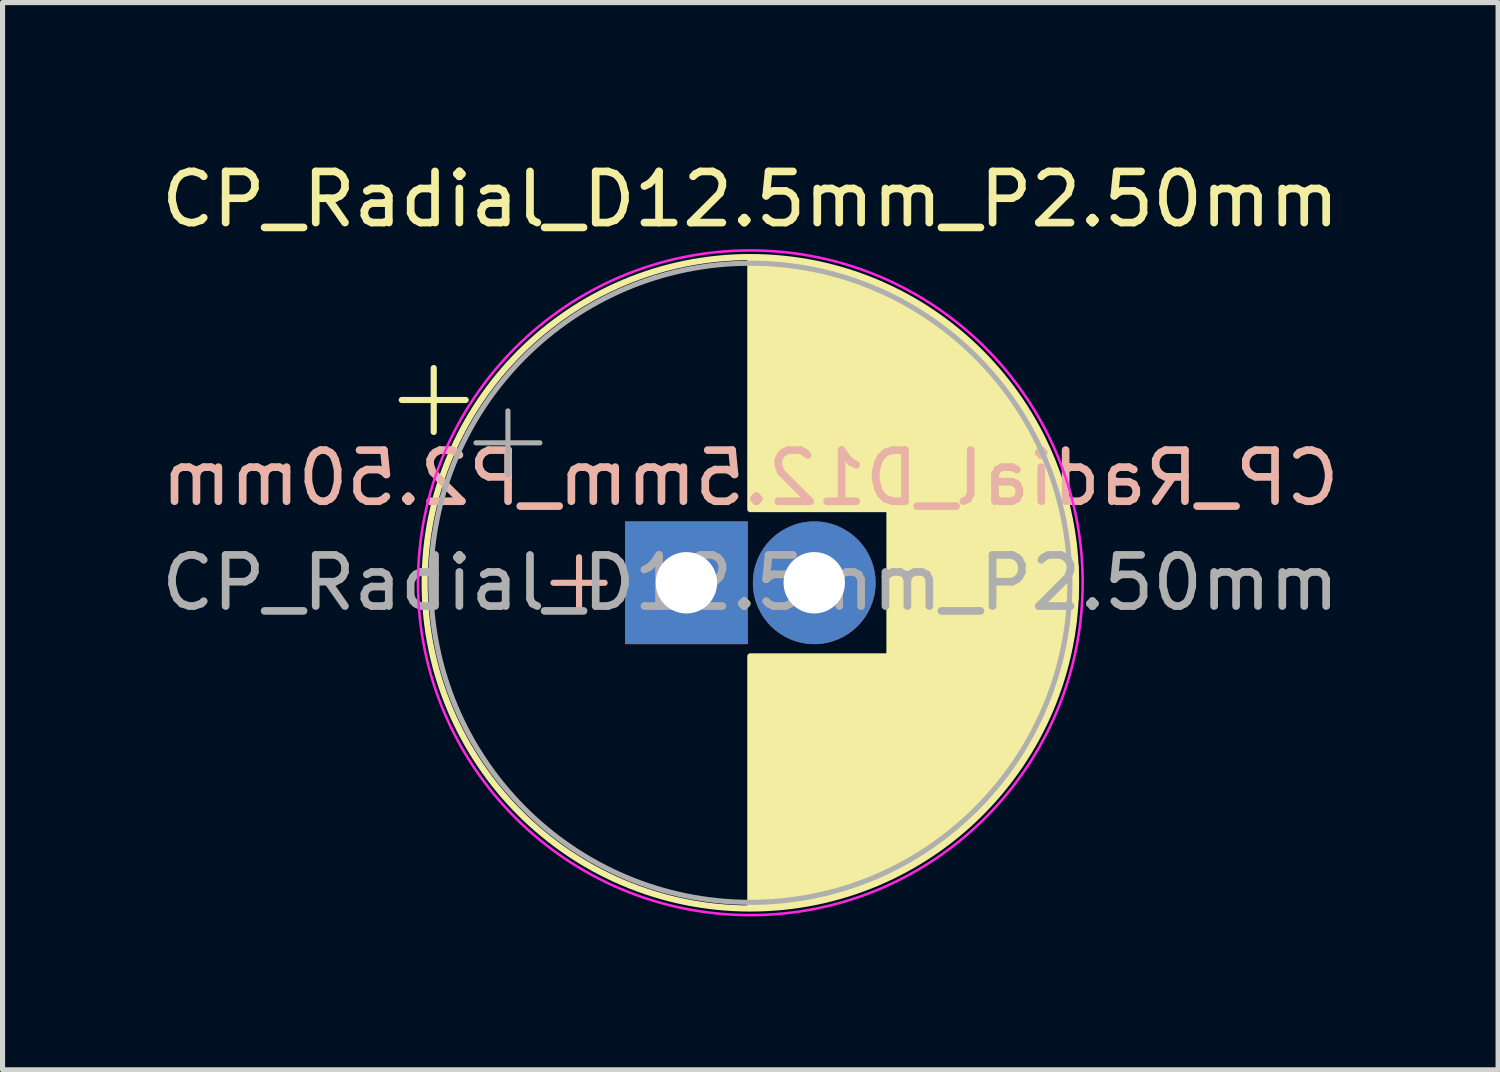
<source format=kicad_pcb>
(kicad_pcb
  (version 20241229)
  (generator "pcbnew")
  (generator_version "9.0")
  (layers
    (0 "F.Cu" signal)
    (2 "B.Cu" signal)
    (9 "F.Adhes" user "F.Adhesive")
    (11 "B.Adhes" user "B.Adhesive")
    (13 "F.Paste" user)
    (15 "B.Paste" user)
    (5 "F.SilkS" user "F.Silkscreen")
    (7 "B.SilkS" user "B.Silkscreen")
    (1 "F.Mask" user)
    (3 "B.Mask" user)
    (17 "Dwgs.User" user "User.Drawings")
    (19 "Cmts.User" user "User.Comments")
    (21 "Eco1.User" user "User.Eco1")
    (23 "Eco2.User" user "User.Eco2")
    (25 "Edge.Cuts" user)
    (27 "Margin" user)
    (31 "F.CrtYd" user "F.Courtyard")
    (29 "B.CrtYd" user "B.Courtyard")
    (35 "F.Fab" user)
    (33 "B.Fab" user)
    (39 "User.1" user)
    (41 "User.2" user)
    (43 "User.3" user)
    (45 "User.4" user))
  (footprint "CP_Radial_D12.5mm_P2.50mm"
    (layer "F.Cu")
    (at 10.375 8.348)
    (property "Reference" "CP_Radial_D12.5mm_P2.50mm" (at 1.25 -7.5 0) (layer "F.SilkS") (effects (font (size 1 1) (thickness 0.15))))
    (fp_line (start -5.567 -3.575) (end -4.317 -3.575) (stroke (width 0.12) (type solid)) (layer "F.SilkS"))
    (fp_line (start -4.942 -4.2) (end -4.942 -2.95) (stroke (width 0.12) (type solid)) (layer "F.SilkS"))
    (fp_line (start 1.25 -6.33) (end 1.25 -1.44) (stroke (width 0.12) (type solid)) (layer "F.SilkS"))
    (fp_line (start 1.25 1.44) (end 1.25 6.33) (stroke (width 0.12) (type solid)) (layer "F.SilkS"))
    (fp_line (start 1.29 -6.33) (end 1.29 -1.44) (stroke (width 0.12) (type solid)) (layer "F.SilkS"))
    (fp_line (start 1.29 1.44) (end 1.29 6.33) (stroke (width 0.12) (type solid)) (layer "F.SilkS"))
    (fp_line (start 1.33 -6.33) (end 1.33 -1.44) (stroke (width 0.12) (type solid)) (layer "F.SilkS"))
    (fp_line (start 1.33 1.44) (end 1.33 6.33) (stroke (width 0.12) (type solid)) (layer "F.SilkS"))
    (fp_line (start 1.37 -6.329) (end 1.37 -1.44) (stroke (width 0.12) (type solid)) (layer "F.SilkS"))
    (fp_line (start 1.37 1.44) (end 1.37 6.329) (stroke (width 0.12) (type solid)) (layer "F.SilkS"))
    (fp_line (start 1.41 -6.328) (end 1.41 -1.44) (stroke (width 0.12) (type solid)) (layer "F.SilkS"))
    (fp_line (start 1.41 1.44) (end 1.41 6.328) (stroke (width 0.12) (type solid)) (layer "F.SilkS"))
    (fp_line (start 1.45 -6.327) (end 1.45 -1.44) (stroke (width 0.12) (type solid)) (layer "F.SilkS"))
    (fp_line (start 1.45 1.44) (end 1.45 6.327) (stroke (width 0.12) (type solid)) (layer "F.SilkS"))
    (fp_line (start 1.49 -6.326) (end 1.49 -1.44) (stroke (width 0.12) (type solid)) (layer "F.SilkS"))
    (fp_line (start 1.49 1.44) (end 1.49 6.326) (stroke (width 0.12) (type solid)) (layer "F.SilkS"))
    (fp_line (start 1.53 -6.324) (end 1.53 -1.44) (stroke (width 0.12) (type solid)) (layer "F.SilkS"))
    (fp_line (start 1.53 1.44) (end 1.53 6.324) (stroke (width 0.12) (type solid)) (layer "F.SilkS"))
    (fp_line (start 1.57 -6.322) (end 1.57 -1.44) (stroke (width 0.12) (type solid)) (layer "F.SilkS"))
    (fp_line (start 1.57 1.44) (end 1.57 6.322) (stroke (width 0.12) (type solid)) (layer "F.SilkS"))
    (fp_line (start 1.61 -6.32) (end 1.61 -1.44) (stroke (width 0.12) (type solid)) (layer "F.SilkS"))
    (fp_line (start 1.61 1.44) (end 1.61 6.32) (stroke (width 0.12) (type solid)) (layer "F.SilkS"))
    (fp_line (start 1.65 -6.318) (end 1.65 -1.44) (stroke (width 0.12) (type solid)) (layer "F.SilkS"))
    (fp_line (start 1.65 1.44) (end 1.65 6.318) (stroke (width 0.12) (type solid)) (layer "F.SilkS"))
    (fp_line (start 1.69 -6.315) (end 1.69 -1.44) (stroke (width 0.12) (type solid)) (layer "F.SilkS"))
    (fp_line (start 1.69 1.44) (end 1.69 6.315) (stroke (width 0.12) (type solid)) (layer "F.SilkS"))
    (fp_line (start 1.73 -6.312) (end 1.73 -1.44) (stroke (width 0.12) (type solid)) (layer "F.SilkS"))
    (fp_line (start 1.73 1.44) (end 1.73 6.312) (stroke (width 0.12) (type solid)) (layer "F.SilkS"))
    (fp_line (start 1.77 -6.309) (end 1.77 -1.44) (stroke (width 0.12) (type solid)) (layer "F.SilkS"))
    (fp_line (start 1.77 1.44) (end 1.77 6.309) (stroke (width 0.12) (type solid)) (layer "F.SilkS"))
    (fp_line (start 1.81 -6.306) (end 1.81 -1.44) (stroke (width 0.12) (type solid)) (layer "F.SilkS"))
    (fp_line (start 1.81 1.44) (end 1.81 6.306) (stroke (width 0.12) (type solid)) (layer "F.SilkS"))
    (fp_line (start 1.85 -6.302) (end 1.85 -1.44) (stroke (width 0.12) (type solid)) (layer "F.SilkS"))
    (fp_line (start 1.85 1.44) (end 1.85 6.302) (stroke (width 0.12) (type solid)) (layer "F.SilkS"))
    (fp_line (start 1.89 -6.298) (end 1.89 -1.44) (stroke (width 0.12) (type solid)) (layer "F.SilkS"))
    (fp_line (start 1.89 1.44) (end 1.89 6.298) (stroke (width 0.12) (type solid)) (layer "F.SilkS"))
    (fp_line (start 1.93 -6.294) (end 1.93 -1.44) (stroke (width 0.12) (type solid)) (layer "F.SilkS"))
    (fp_line (start 1.93 1.44) (end 1.93 6.294) (stroke (width 0.12) (type solid)) (layer "F.SilkS"))
    (fp_line (start 1.971 -6.29) (end 1.971 -1.44) (stroke (width 0.12) (type solid)) (layer "F.SilkS"))
    (fp_line (start 1.971 1.44) (end 1.971 6.29) (stroke (width 0.12) (type solid)) (layer "F.SilkS"))
    (fp_line (start 2.011 -6.285) (end 2.011 -1.44) (stroke (width 0.12) (type solid)) (layer "F.SilkS"))
    (fp_line (start 2.011 1.44) (end 2.011 6.285) (stroke (width 0.12) (type solid)) (layer "F.SilkS"))
    (fp_line (start 2.051 -6.28) (end 2.051 -1.44) (stroke (width 0.12) (type solid)) (layer "F.SilkS"))
    (fp_line (start 2.051 1.44) (end 2.051 6.28) (stroke (width 0.12) (type solid)) (layer "F.SilkS"))
    (fp_line (start 2.091 -6.275) (end 2.091 -1.44) (stroke (width 0.12) (type solid)) (layer "F.SilkS"))
    (fp_line (start 2.091 1.44) (end 2.091 6.275) (stroke (width 0.12) (type solid)) (layer "F.SilkS"))
    (fp_line (start 2.131 -6.269) (end 2.131 -1.44) (stroke (width 0.12) (type solid)) (layer "F.SilkS"))
    (fp_line (start 2.131 1.44) (end 2.131 6.269) (stroke (width 0.12) (type solid)) (layer "F.SilkS"))
    (fp_line (start 2.171 -6.264) (end 2.171 -1.44) (stroke (width 0.12) (type solid)) (layer "F.SilkS"))
    (fp_line (start 2.171 1.44) (end 2.171 6.264) (stroke (width 0.12) (type solid)) (layer "F.SilkS"))
    (fp_line (start 2.211 -6.258) (end 2.211 -1.44) (stroke (width 0.12) (type solid)) (layer "F.SilkS"))
    (fp_line (start 2.211 1.44) (end 2.211 6.258) (stroke (width 0.12) (type solid)) (layer "F.SilkS"))
    (fp_line (start 2.251 -6.252) (end 2.251 -1.44) (stroke (width 0.12) (type solid)) (layer "F.SilkS"))
    (fp_line (start 2.251 1.44) (end 2.251 6.252) (stroke (width 0.12) (type solid)) (layer "F.SilkS"))
    (fp_line (start 2.291 -6.245) (end 2.291 -1.44) (stroke (width 0.12) (type solid)) (layer "F.SilkS"))
    (fp_line (start 2.291 1.44) (end 2.291 6.245) (stroke (width 0.12) (type solid)) (layer "F.SilkS"))
    (fp_line (start 2.331 -6.238) (end 2.331 -1.44) (stroke (width 0.12) (type solid)) (layer "F.SilkS"))
    (fp_line (start 2.331 1.44) (end 2.331 6.238) (stroke (width 0.12) (type solid)) (layer "F.SilkS"))
    (fp_line (start 2.371 -6.231) (end 2.371 -1.44) (stroke (width 0.12) (type solid)) (layer "F.SilkS"))
    (fp_line (start 2.371 1.44) (end 2.371 6.231) (stroke (width 0.12) (type solid)) (layer "F.SilkS"))
    (fp_line (start 2.411 -6.224) (end 2.411 -1.44) (stroke (width 0.12) (type solid)) (layer "F.SilkS"))
    (fp_line (start 2.411 1.44) (end 2.411 6.224) (stroke (width 0.12) (type solid)) (layer "F.SilkS"))
    (fp_line (start 2.451 -6.216) (end 2.451 -1.44) (stroke (width 0.12) (type solid)) (layer "F.SilkS"))
    (fp_line (start 2.451 1.44) (end 2.451 6.216) (stroke (width 0.12) (type solid)) (layer "F.SilkS"))
    (fp_line (start 2.491 -6.209) (end 2.491 -1.44) (stroke (width 0.12) (type solid)) (layer "F.SilkS"))
    (fp_line (start 2.491 1.44) (end 2.491 6.209) (stroke (width 0.12) (type solid)) (layer "F.SilkS"))
    (fp_line (start 2.531 -6.201) (end 2.531 -1.44) (stroke (width 0.12) (type solid)) (layer "F.SilkS"))
    (fp_line (start 2.531 1.44) (end 2.531 6.201) (stroke (width 0.12) (type solid)) (layer "F.SilkS"))
    (fp_line (start 2.571 -6.192) (end 2.571 -1.44) (stroke (width 0.12) (type solid)) (layer "F.SilkS"))
    (fp_line (start 2.571 1.44) (end 2.571 6.192) (stroke (width 0.12) (type solid)) (layer "F.SilkS"))
    (fp_line (start 2.611 -6.184) (end 2.611 -1.44) (stroke (width 0.12) (type solid)) (layer "F.SilkS"))
    (fp_line (start 2.611 1.44) (end 2.611 6.184) (stroke (width 0.12) (type solid)) (layer "F.SilkS"))
    (fp_line (start 2.651 -6.175) (end 2.651 -1.44) (stroke (width 0.12) (type solid)) (layer "F.SilkS"))
    (fp_line (start 2.651 1.44) (end 2.651 6.175) (stroke (width 0.12) (type solid)) (layer "F.SilkS"))
    (fp_line (start 2.691 -6.166) (end 2.691 -1.44) (stroke (width 0.12) (type solid)) (layer "F.SilkS"))
    (fp_line (start 2.691 1.44) (end 2.691 6.166) (stroke (width 0.12) (type solid)) (layer "F.SilkS"))
    (fp_line (start 2.731 -6.156) (end 2.731 -1.44) (stroke (width 0.12) (type solid)) (layer "F.SilkS"))
    (fp_line (start 2.731 1.44) (end 2.731 6.156) (stroke (width 0.12) (type solid)) (layer "F.SilkS"))
    (fp_line (start 2.771 -6.146) (end 2.771 -1.44) (stroke (width 0.12) (type solid)) (layer "F.SilkS"))
    (fp_line (start 2.771 1.44) (end 2.771 6.146) (stroke (width 0.12) (type solid)) (layer "F.SilkS"))
    (fp_line (start 2.811 -6.137) (end 2.811 -1.44) (stroke (width 0.12) (type solid)) (layer "F.SilkS"))
    (fp_line (start 2.811 1.44) (end 2.811 6.137) (stroke (width 0.12) (type solid)) (layer "F.SilkS"))
    (fp_line (start 2.851 -6.126) (end 2.851 -1.44) (stroke (width 0.12) (type solid)) (layer "F.SilkS"))
    (fp_line (start 2.851 1.44) (end 2.851 6.126) (stroke (width 0.12) (type solid)) (layer "F.SilkS"))
    (fp_line (start 2.891 -6.116) (end 2.891 -1.44) (stroke (width 0.12) (type solid)) (layer "F.SilkS"))
    (fp_line (start 2.891 1.44) (end 2.891 6.116) (stroke (width 0.12) (type solid)) (layer "F.SilkS"))
    (fp_line (start 2.931 -6.105) (end 2.931 -1.44) (stroke (width 0.12) (type solid)) (layer "F.SilkS"))
    (fp_line (start 2.931 1.44) (end 2.931 6.105) (stroke (width 0.12) (type solid)) (layer "F.SilkS"))
    (fp_line (start 2.971 -6.094) (end 2.971 -1.44) (stroke (width 0.12) (type solid)) (layer "F.SilkS"))
    (fp_line (start 2.971 1.44) (end 2.971 6.094) (stroke (width 0.12) (type solid)) (layer "F.SilkS"))
    (fp_line (start 3.011 -6.083) (end 3.011 -1.44) (stroke (width 0.12) (type solid)) (layer "F.SilkS"))
    (fp_line (start 3.011 1.44) (end 3.011 6.083) (stroke (width 0.12) (type solid)) (layer "F.SilkS"))
    (fp_line (start 3.051 -6.071) (end 3.051 -1.44) (stroke (width 0.12) (type solid)) (layer "F.SilkS"))
    (fp_line (start 3.051 1.44) (end 3.051 6.071) (stroke (width 0.12) (type solid)) (layer "F.SilkS"))
    (fp_line (start 3.091 -6.059) (end 3.091 -1.44) (stroke (width 0.12) (type solid)) (layer "F.SilkS"))
    (fp_line (start 3.091 1.44) (end 3.091 6.059) (stroke (width 0.12) (type solid)) (layer "F.SilkS"))
    (fp_line (start 3.131 -6.047) (end 3.131 -1.44) (stroke (width 0.12) (type solid)) (layer "F.SilkS"))
    (fp_line (start 3.131 1.44) (end 3.131 6.047) (stroke (width 0.12) (type solid)) (layer "F.SilkS"))
    (fp_line (start 3.171 -6.034) (end 3.171 -1.44) (stroke (width 0.12) (type solid)) (layer "F.SilkS"))
    (fp_line (start 3.171 1.44) (end 3.171 6.034) (stroke (width 0.12) (type solid)) (layer "F.SilkS"))
    (fp_line (start 3.211 -6.021) (end 3.211 -1.44) (stroke (width 0.12) (type solid)) (layer "F.SilkS"))
    (fp_line (start 3.211 1.44) (end 3.211 6.021) (stroke (width 0.12) (type solid)) (layer "F.SilkS"))
    (fp_line (start 3.251 -6.008) (end 3.251 -1.44) (stroke (width 0.12) (type solid)) (layer "F.SilkS"))
    (fp_line (start 3.251 1.44) (end 3.251 6.008) (stroke (width 0.12) (type solid)) (layer "F.SilkS"))
    (fp_line (start 3.291 -5.995) (end 3.291 -1.44) (stroke (width 0.12) (type solid)) (layer "F.SilkS"))
    (fp_line (start 3.291 1.44) (end 3.291 5.995) (stroke (width 0.12) (type solid)) (layer "F.SilkS"))
    (fp_line (start 3.331 -5.981) (end 3.331 -1.44) (stroke (width 0.12) (type solid)) (layer "F.SilkS"))
    (fp_line (start 3.331 1.44) (end 3.331 5.981) (stroke (width 0.12) (type solid)) (layer "F.SilkS"))
    (fp_line (start 3.371 -5.967) (end 3.371 -1.44) (stroke (width 0.12) (type solid)) (layer "F.SilkS"))
    (fp_line (start 3.371 1.44) (end 3.371 5.967) (stroke (width 0.12) (type solid)) (layer "F.SilkS"))
    (fp_line (start 3.411 -5.953) (end 3.411 -1.44) (stroke (width 0.12) (type solid)) (layer "F.SilkS"))
    (fp_line (start 3.411 1.44) (end 3.411 5.953) (stroke (width 0.12) (type solid)) (layer "F.SilkS"))
    (fp_line (start 3.451 -5.939) (end 3.451 -1.44) (stroke (width 0.12) (type solid)) (layer "F.SilkS"))
    (fp_line (start 3.451 1.44) (end 3.451 5.939) (stroke (width 0.12) (type solid)) (layer "F.SilkS"))
    (fp_line (start 3.491 -5.924) (end 3.491 -1.44) (stroke (width 0.12) (type solid)) (layer "F.SilkS"))
    (fp_line (start 3.491 1.44) (end 3.491 5.924) (stroke (width 0.12) (type solid)) (layer "F.SilkS"))
    (fp_line (start 3.531 -5.908) (end 3.531 -1.44) (stroke (width 0.12) (type solid)) (layer "F.SilkS"))
    (fp_line (start 3.531 1.44) (end 3.531 5.908) (stroke (width 0.12) (type solid)) (layer "F.SilkS"))
    (fp_line (start 3.571 -5.893) (end 3.571 -1.44) (stroke (width 0.12) (type solid)) (layer "F.SilkS"))
    (fp_line (start 3.571 1.44) (end 3.571 5.893) (stroke (width 0.12) (type solid)) (layer "F.SilkS"))
    (fp_line (start 3.611 -5.877) (end 3.611 -1.44) (stroke (width 0.12) (type solid)) (layer "F.SilkS"))
    (fp_line (start 3.611 1.44) (end 3.611 5.877) (stroke (width 0.12) (type solid)) (layer "F.SilkS"))
    (fp_line (start 3.651 -5.861) (end 3.651 -1.44) (stroke (width 0.12) (type solid)) (layer "F.SilkS"))
    (fp_line (start 3.651 1.44) (end 3.651 5.861) (stroke (width 0.12) (type solid)) (layer "F.SilkS"))
    (fp_line (start 3.691 -5.845) (end 3.691 -1.44) (stroke (width 0.12) (type solid)) (layer "F.SilkS"))
    (fp_line (start 3.691 1.44) (end 3.691 5.845) (stroke (width 0.12) (type solid)) (layer "F.SilkS"))
    (fp_line (start 3.731 -5.828) (end 3.731 -1.44) (stroke (width 0.12) (type solid)) (layer "F.SilkS"))
    (fp_line (start 3.731 1.44) (end 3.731 5.828) (stroke (width 0.12) (type solid)) (layer "F.SilkS"))
    (fp_line (start 3.771 -5.811) (end 3.771 -1.44) (stroke (width 0.12) (type solid)) (layer "F.SilkS"))
    (fp_line (start 3.771 1.44) (end 3.771 5.811) (stroke (width 0.12) (type solid)) (layer "F.SilkS"))
    (fp_line (start 3.811 -5.793) (end 3.811 -1.44) (stroke (width 0.12) (type solid)) (layer "F.SilkS"))
    (fp_line (start 3.811 1.44) (end 3.811 5.793) (stroke (width 0.12) (type solid)) (layer "F.SilkS"))
    (fp_line (start 3.851 -5.776) (end 3.851 -1.44) (stroke (width 0.12) (type solid)) (layer "F.SilkS"))
    (fp_line (start 3.851 1.44) (end 3.851 5.776) (stroke (width 0.12) (type solid)) (layer "F.SilkS"))
    (fp_line (start 3.891 -5.758) (end 3.891 -1.44) (stroke (width 0.12) (type solid)) (layer "F.SilkS"))
    (fp_line (start 3.891 1.44) (end 3.891 5.758) (stroke (width 0.12) (type solid)) (layer "F.SilkS"))
    (fp_line (start 3.931 -5.739) (end 3.931 -1.44) (stroke (width 0.12) (type solid)) (layer "F.SilkS"))
    (fp_line (start 3.931 1.44) (end 3.931 5.739) (stroke (width 0.12) (type solid)) (layer "F.SilkS"))
    (fp_line (start 3.971 -5.721) (end 3.971 5.721) (stroke (width 0.12) (type solid)) (layer "F.SilkS"))
    (fp_line (start 4.011 -5.702) (end 4.011 5.702) (stroke (width 0.12) (type solid)) (layer "F.SilkS"))
    (fp_line (start 4.051 -5.682) (end 4.051 5.682) (stroke (width 0.12) (type solid)) (layer "F.SilkS"))
    (fp_line (start 4.091 -5.662) (end 4.091 5.662) (stroke (width 0.12) (type solid)) (layer "F.SilkS"))
    (fp_line (start 4.131 -5.642) (end 4.131 5.642) (stroke (width 0.12) (type solid)) (layer "F.SilkS"))
    (fp_line (start 4.171 -5.622) (end 4.171 5.622) (stroke (width 0.12) (type solid)) (layer "F.SilkS"))
    (fp_line (start 4.211 -5.601) (end 4.211 5.601) (stroke (width 0.12) (type solid)) (layer "F.SilkS"))
    (fp_line (start 4.251 -5.58) (end 4.251 5.58) (stroke (width 0.12) (type solid)) (layer "F.SilkS"))
    (fp_line (start 4.291 -5.558) (end 4.291 5.558) (stroke (width 0.12) (type solid)) (layer "F.SilkS"))
    (fp_line (start 4.331 -5.536) (end 4.331 5.536) (stroke (width 0.12) (type solid)) (layer "F.SilkS"))
    (fp_line (start 4.371 -5.514) (end 4.371 5.514) (stroke (width 0.12) (type solid)) (layer "F.SilkS"))
    (fp_line (start 4.411 -5.491) (end 4.411 5.491) (stroke (width 0.12) (type solid)) (layer "F.SilkS"))
    (fp_line (start 4.451 -5.468) (end 4.451 5.468) (stroke (width 0.12) (type solid)) (layer "F.SilkS"))
    (fp_line (start 4.491 -5.445) (end 4.491 5.445) (stroke (width 0.12) (type solid)) (layer "F.SilkS"))
    (fp_line (start 4.531 -5.421) (end 4.531 5.421) (stroke (width 0.12) (type solid)) (layer "F.SilkS"))
    (fp_line (start 4.571 -5.397) (end 4.571 5.397) (stroke (width 0.12) (type solid)) (layer "F.SilkS"))
    (fp_line (start 4.611 -5.372) (end 4.611 5.372) (stroke (width 0.12) (type solid)) (layer "F.SilkS"))
    (fp_line (start 4.651 -5.347) (end 4.651 5.347) (stroke (width 0.12) (type solid)) (layer "F.SilkS"))
    (fp_line (start 4.691 -5.322) (end 4.691 5.322) (stroke (width 0.12) (type solid)) (layer "F.SilkS"))
    (fp_line (start 4.731 -5.296) (end 4.731 5.296) (stroke (width 0.12) (type solid)) (layer "F.SilkS"))
    (fp_line (start 4.771 -5.27) (end 4.771 5.27) (stroke (width 0.12) (type solid)) (layer "F.SilkS"))
    (fp_line (start 4.811 -5.243) (end 4.811 5.243) (stroke (width 0.12) (type solid)) (layer "F.SilkS"))
    (fp_line (start 4.851 -5.216) (end 4.851 5.216) (stroke (width 0.12) (type solid)) (layer "F.SilkS"))
    (fp_line (start 4.891 -5.188) (end 4.891 5.188) (stroke (width 0.12) (type solid)) (layer "F.SilkS"))
    (fp_line (start 4.931 -5.16) (end 4.931 5.16) (stroke (width 0.12) (type solid)) (layer "F.SilkS"))
    (fp_line (start 4.971 -5.131) (end 4.971 5.131) (stroke (width 0.12) (type solid)) (layer "F.SilkS"))
    (fp_line (start 5.011 -5.102) (end 5.011 5.102) (stroke (width 0.12) (type solid)) (layer "F.SilkS"))
    (fp_line (start 5.051 -5.073) (end 5.051 5.073) (stroke (width 0.12) (type solid)) (layer "F.SilkS"))
    (fp_line (start 5.091 -5.043) (end 5.091 5.043) (stroke (width 0.12) (type solid)) (layer "F.SilkS"))
    (fp_line (start 5.131 -5.012) (end 5.131 5.012) (stroke (width 0.12) (type solid)) (layer "F.SilkS"))
    (fp_line (start 5.171 -4.982) (end 5.171 4.982) (stroke (width 0.12) (type solid)) (layer "F.SilkS"))
    (fp_line (start 5.211 -4.95) (end 5.211 4.95) (stroke (width 0.12) (type solid)) (layer "F.SilkS"))
    (fp_line (start 5.251 -4.918) (end 5.251 4.918) (stroke (width 0.12) (type solid)) (layer "F.SilkS"))
    (fp_line (start 5.291 -4.885) (end 5.291 4.885) (stroke (width 0.12) (type solid)) (layer "F.SilkS"))
    (fp_line (start 5.331 -4.852) (end 5.331 4.852) (stroke (width 0.12) (type solid)) (layer "F.SilkS"))
    (fp_line (start 5.371 -4.819) (end 5.371 4.819) (stroke (width 0.12) (type solid)) (layer "F.SilkS"))
    (fp_line (start 5.411 -4.785) (end 5.411 4.785) (stroke (width 0.12) (type solid)) (layer "F.SilkS"))
    (fp_line (start 5.451 -4.75) (end 5.451 4.75) (stroke (width 0.12) (type solid)) (layer "F.SilkS"))
    (fp_line (start 5.491 -4.714) (end 5.491 4.714) (stroke (width 0.12) (type solid)) (layer "F.SilkS"))
    (fp_line (start 5.531 -4.678) (end 5.531 4.678) (stroke (width 0.12) (type solid)) (layer "F.SilkS"))
    (fp_line (start 5.571 -4.642) (end 5.571 4.642) (stroke (width 0.12) (type solid)) (layer "F.SilkS"))
    (fp_line (start 5.611 -4.605) (end 5.611 4.605) (stroke (width 0.12) (type solid)) (layer "F.SilkS"))
    (fp_line (start 5.651 -4.567) (end 5.651 4.567) (stroke (width 0.12) (type solid)) (layer "F.SilkS"))
    (fp_line (start 5.691 -4.528) (end 5.691 4.528) (stroke (width 0.12) (type solid)) (layer "F.SilkS"))
    (fp_line (start 5.731 -4.489) (end 5.731 4.489) (stroke (width 0.12) (type solid)) (layer "F.SilkS"))
    (fp_line (start 5.771 -4.449) (end 5.771 4.449) (stroke (width 0.12) (type solid)) (layer "F.SilkS"))
    (fp_line (start 5.811 -4.408) (end 5.811 4.408) (stroke (width 0.12) (type solid)) (layer "F.SilkS"))
    (fp_line (start 5.851 -4.367) (end 5.851 4.367) (stroke (width 0.12) (type solid)) (layer "F.SilkS"))
    (fp_line (start 5.891 -4.325) (end 5.891 4.325) (stroke (width 0.12) (type solid)) (layer "F.SilkS"))
    (fp_line (start 5.931 -4.282) (end 5.931 4.282) (stroke (width 0.12) (type solid)) (layer "F.SilkS"))
    (fp_line (start 5.971 -4.238) (end 5.971 4.238) (stroke (width 0.12) (type solid)) (layer "F.SilkS"))
    (fp_line (start 6.011 -4.194) (end 6.011 4.194) (stroke (width 0.12) (type solid)) (layer "F.SilkS"))
    (fp_line (start 6.051 -4.148) (end 6.051 4.148) (stroke (width 0.12) (type solid)) (layer "F.SilkS"))
    (fp_line (start 6.091 -4.102) (end 6.091 4.102) (stroke (width 0.12) (type solid)) (layer "F.SilkS"))
    (fp_line (start 6.131 -4.055) (end 6.131 4.055) (stroke (width 0.12) (type solid)) (layer "F.SilkS"))
    (fp_line (start 6.171 -4.007) (end 6.171 4.007) (stroke (width 0.12) (type solid)) (layer "F.SilkS"))
    (fp_line (start 6.211 -3.957) (end 6.211 3.957) (stroke (width 0.12) (type solid)) (layer "F.SilkS"))
    (fp_line (start 6.251 -3.907) (end 6.251 3.907) (stroke (width 0.12) (type solid)) (layer "F.SilkS"))
    (fp_line (start 6.291 -3.856) (end 6.291 3.856) (stroke (width 0.12) (type solid)) (layer "F.SilkS"))
    (fp_line (start 6.331 -3.804) (end 6.331 3.804) (stroke (width 0.12) (type solid)) (layer "F.SilkS"))
    (fp_line (start 6.371 -3.75) (end 6.371 3.75) (stroke (width 0.12) (type solid)) (layer "F.SilkS"))
    (fp_line (start 6.411 -3.696) (end 6.411 3.696) (stroke (width 0.12) (type solid)) (layer "F.SilkS"))
    (fp_line (start 6.451 -3.64) (end 6.451 3.64) (stroke (width 0.12) (type solid)) (layer "F.SilkS"))
    (fp_line (start 6.491 -3.583) (end 6.491 3.583) (stroke (width 0.12) (type solid)) (layer "F.SilkS"))
    (fp_line (start 6.531 -3.524) (end 6.531 3.524) (stroke (width 0.12) (type solid)) (layer "F.SilkS"))
    (fp_line (start 6.571 -3.464) (end 6.571 3.464) (stroke (width 0.12) (type solid)) (layer "F.SilkS"))
    (fp_line (start 6.611 -3.402) (end 6.611 3.402) (stroke (width 0.12) (type solid)) (layer "F.SilkS"))
    (fp_line (start 6.651 -3.339) (end 6.651 3.339) (stroke (width 0.12) (type solid)) (layer "F.SilkS"))
    (fp_line (start 6.691 -3.275) (end 6.691 3.275) (stroke (width 0.12) (type solid)) (layer "F.SilkS"))
    (fp_line (start 6.731 -3.208) (end 6.731 3.208) (stroke (width 0.12) (type solid)) (layer "F.SilkS"))
    (fp_line (start 6.771 -3.14) (end 6.771 3.14) (stroke (width 0.12) (type solid)) (layer "F.SilkS"))
    (fp_line (start 6.811 -3.069) (end 6.811 3.069) (stroke (width 0.12) (type solid)) (layer "F.SilkS"))
    (fp_line (start 6.851 -2.996) (end 6.851 2.996) (stroke (width 0.12) (type solid)) (layer "F.SilkS"))
    (fp_line (start 6.891 -2.921) (end 6.891 2.921) (stroke (width 0.12) (type solid)) (layer "F.SilkS"))
    (fp_line (start 6.931 -2.844) (end 6.931 2.844) (stroke (width 0.12) (type solid)) (layer "F.SilkS"))
    (fp_line (start 6.971 -2.764) (end 6.971 2.764) (stroke (width 0.12) (type solid)) (layer "F.SilkS"))
    (fp_line (start 7.011 -2.681) (end 7.011 2.681) (stroke (width 0.12) (type solid)) (layer "F.SilkS"))
    (fp_line (start 7.051 -2.594) (end 7.051 2.594) (stroke (width 0.12) (type solid)) (layer "F.SilkS"))
    (fp_line (start 7.091 -2.504) (end 7.091 2.504) (stroke (width 0.12) (type solid)) (layer "F.SilkS"))
    (fp_line (start 7.131 -2.41) (end 7.131 2.41) (stroke (width 0.12) (type solid)) (layer "F.SilkS"))
    (fp_line (start 7.171 -2.312) (end 7.171 2.312) (stroke (width 0.12) (type solid)) (layer "F.SilkS"))
    (fp_line (start 7.211 -2.209) (end 7.211 2.209) (stroke (width 0.12) (type solid)) (layer "F.SilkS"))
    (fp_line (start 7.251 -2.1) (end 7.251 2.1) (stroke (width 0.12) (type solid)) (layer "F.SilkS"))
    (fp_line (start 7.291 -1.984) (end 7.291 1.984) (stroke (width 0.12) (type solid)) (layer "F.SilkS"))
    (fp_line (start 7.331 -1.861) (end 7.331 1.861) (stroke (width 0.12) (type solid)) (layer "F.SilkS"))
    (fp_line (start 7.371 -1.728) (end 7.371 1.728) (stroke (width 0.12) (type solid)) (layer "F.SilkS"))
    (fp_line (start 7.411 -1.583) (end 7.411 1.583) (stroke (width 0.12) (type solid)) (layer "F.SilkS"))
    (fp_line (start 7.451 -1.422) (end 7.451 1.422) (stroke (width 0.12) (type solid)) (layer "F.SilkS"))
    (fp_line (start 7.491 -1.241) (end 7.491 1.241) (stroke (width 0.12) (type solid)) (layer "F.SilkS"))
    (fp_line (start 7.531 -1.028) (end 7.531 1.028) (stroke (width 0.12) (type solid)) (layer "F.SilkS"))
    (fp_line (start 7.571 -0.757) (end 7.571 0.757) (stroke (width 0.12) (type solid)) (layer "F.SilkS"))
    (fp_line (start 7.611 -0.317) (end 7.611 0.317) (stroke (width 0.12) (type solid)) (layer "F.SilkS"))
    (fp_circle (center 1.25 0) (end 7.62 0) (stroke (width 0.12) (type solid)) (fill no) (layer "F.SilkS"))
    (fp_line (start -2.1 -0.5) (end -2.1 0.5) (stroke (width 0.12) (type solid)) (layer "B.SilkS"))
    (fp_line (start -1.6 0) (end -2.6 0) (stroke (width 0.12) (type solid)) (layer "B.SilkS"))
    (fp_circle (center 1.25 0) (end 7.75 0) (stroke (width 0.05) (type solid)) (fill no) (layer "F.CrtYd"))
    (fp_line (start -4.116 -2.737) (end -2.866 -2.737) (stroke (width 0.1) (type solid)) (layer "F.Fab"))
    (fp_line (start -3.491 -3.362) (end -3.491 -2.112) (stroke (width 0.1) (type solid)) (layer "F.Fab"))
    (fp_circle (center 1.25 0) (end 7.5 0) (stroke (width 0.1) (type solid)) (fill no) (layer "F.Fab"))
    (fp_text user "${REFERENCE}" (at 1.25 -2.05 0) (layer "B.SilkS") (effects (font (size 1 1) (thickness 0.15)) (justify mirror)))
    (fp_text user "${REFERENCE}" (at 1.25 0 0) (layer "F.Fab") (effects (font (size 1 1) (thickness 0.15))))
    (pad "1" thru_hole rect (at 0 0) (size 2.4 2.4) (drill 1.2) (layers "*.Cu" "*.Mask"))
    (pad "2" thru_hole circle (at 2.5 0) (size 2.4 2.4) (drill 1.2) (layers "*.Cu" "*.Mask")))
  (gr_rect
    (start -3 -3)
    (end 26.25 17.873)
    (stroke (width 0.1) (type default))
    (fill no)
    (layer "Edge.Cuts")))
</source>
